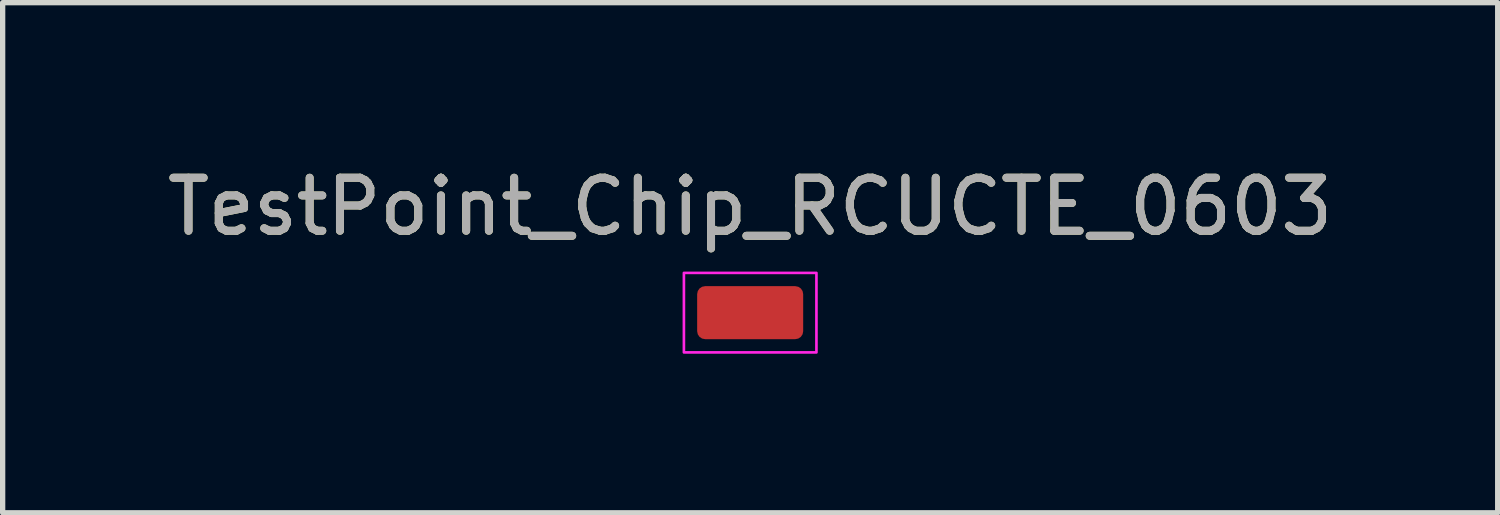
<source format=kicad_pcb>
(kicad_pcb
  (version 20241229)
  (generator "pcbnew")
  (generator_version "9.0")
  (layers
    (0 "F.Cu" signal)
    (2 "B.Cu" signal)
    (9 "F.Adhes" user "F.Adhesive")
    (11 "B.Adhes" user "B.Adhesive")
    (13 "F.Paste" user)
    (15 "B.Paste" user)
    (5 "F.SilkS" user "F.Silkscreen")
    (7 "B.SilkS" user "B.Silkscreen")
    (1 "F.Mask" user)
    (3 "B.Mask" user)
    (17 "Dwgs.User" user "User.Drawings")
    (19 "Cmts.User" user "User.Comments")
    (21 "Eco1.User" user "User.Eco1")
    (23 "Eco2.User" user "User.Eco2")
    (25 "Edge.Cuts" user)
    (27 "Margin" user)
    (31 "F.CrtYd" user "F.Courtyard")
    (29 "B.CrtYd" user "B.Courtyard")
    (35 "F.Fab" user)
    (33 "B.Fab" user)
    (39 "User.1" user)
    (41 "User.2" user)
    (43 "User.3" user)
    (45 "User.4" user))
  (footprint "TestPoint_Chip_RCUCTE_0603"
    (layer "F.Cu")
    (at 11.101 2.848)
    (property "Reference" "TestPoint_Chip_RCUCTE_0603" (at 0 -2 0) (unlocked yes) (layer "F.SilkS") (effects (font (size 1 1) (thickness 0.15))))
    (attr smd)
    (fp_rect (start -1.25 -0.75) (end 1.25 0.75) (stroke (width 0.05) (type default)) (fill no) (layer "F.CrtYd"))
    (fp_text user "${REFERENCE}" (at 0 -2 0) (unlocked yes) (layer "F.Fab") (effects (font (size 1 1) (thickness 0.15))))
    (pad "1" smd roundrect (at 0 0) (size 2 1) (layers "F.Cu" "F.Mask" "F.Paste") (roundrect_rratio 0.15)))
  (gr_rect
    (start -3 -3)
    (end 25.202 6.623)
    (stroke (width 0.1) (type default))
    (fill no)
    (layer "Edge.Cuts")))
</source>
